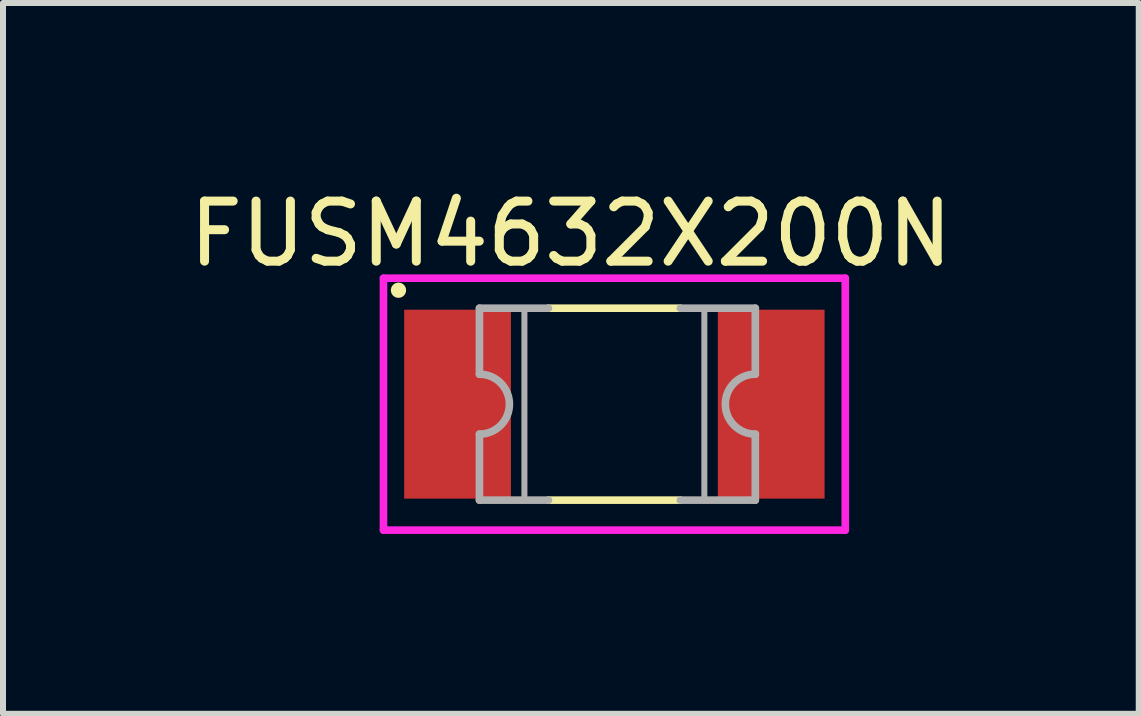
<source format=kicad_pcb>
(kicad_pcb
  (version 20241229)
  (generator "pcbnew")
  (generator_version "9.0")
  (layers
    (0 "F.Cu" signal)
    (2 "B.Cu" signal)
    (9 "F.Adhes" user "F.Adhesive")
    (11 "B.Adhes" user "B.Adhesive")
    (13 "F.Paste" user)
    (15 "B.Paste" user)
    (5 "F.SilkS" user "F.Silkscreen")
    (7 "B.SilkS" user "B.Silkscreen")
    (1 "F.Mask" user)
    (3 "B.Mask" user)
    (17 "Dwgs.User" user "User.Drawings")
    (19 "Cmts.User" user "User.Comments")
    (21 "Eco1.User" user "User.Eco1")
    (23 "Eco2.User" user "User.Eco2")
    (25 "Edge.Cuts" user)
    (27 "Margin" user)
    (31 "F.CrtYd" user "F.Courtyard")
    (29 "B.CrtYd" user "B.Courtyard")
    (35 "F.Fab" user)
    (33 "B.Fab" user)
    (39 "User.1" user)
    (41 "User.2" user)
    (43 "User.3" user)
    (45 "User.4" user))
  (footprint "FUSM4632X200N"
    (layer "F.Cu")
    (at 7.194 3.689)
    (property "Reference" "FUSM4632X200N" (at -0.726 -2.84 0) (layer "F.SilkS") (effects (font (size 1.002 1.002) (thickness 0.15))))
    (attr through_hole)
    (fp_line (start -1.1 -1.6) (end 1.1 -1.6) (stroke (width 0.127) (type solid)) (layer "F.SilkS"))
    (fp_line (start 1.1 1.6) (end -1.1 1.6) (stroke (width 0.127) (type solid)) (layer "F.SilkS"))
    (fp_circle (center -3.6 -1.9) (end -3.473 -1.9) (stroke (width 0) (type solid)) (fill yes) (layer "F.SilkS"))
    (fp_line (start -3.85 -2.1) (end -3.85 2.1) (stroke (width 0.127) (type solid)) (layer "F.CrtYd"))
    (fp_line (start -3.85 2.1) (end 3.85 2.1) (stroke (width 0.127) (type solid)) (layer "F.CrtYd"))
    (fp_line (start 3.85 -2.1) (end -3.85 -2.1) (stroke (width 0.127) (type solid)) (layer "F.CrtYd"))
    (fp_line (start 3.85 2.1) (end 3.85 -2.1) (stroke (width 0.127) (type solid)) (layer "F.CrtYd"))
    (fp_line (start -2.25 -1.6) (end -2.25 -0.5) (stroke (width 0.127) (type solid)) (layer "F.Fab"))
    (fp_line (start -2.25 -1.6) (end -1.1 -1.6) (stroke (width 0.127) (type solid)) (layer "F.Fab"))
    (fp_line (start -2.25 1.6) (end -2.25 0.5) (stroke (width 0.127) (type solid)) (layer "F.Fab"))
    (fp_line (start -1.1 1.6) (end -2.25 1.6) (stroke (width 0.127) (type solid)) (layer "F.Fab"))
    (fp_line (start 1.1 -1.6) (end 2.35 -1.6) (stroke (width 0.127) (type solid)) (layer "F.Fab"))
    (fp_line (start 2.35 -1.6) (end 2.35 -0.5) (stroke (width 0.127) (type solid)) (layer "F.Fab"))
    (fp_line (start 2.35 0.5) (end 2.35 1.6) (stroke (width 0.127) (type solid)) (layer "F.Fab"))
    (fp_line (start 2.35 1.6) (end 1.1 1.6) (stroke (width 0.127) (type solid)) (layer "F.Fab"))
    (fp_arc (start -2.25 -0.5) (mid -1.75 0) (end -2.25 0.5) (stroke (width 0.127) (type solid)) (layer "F.Fab"))
    (fp_arc (start 2.35 0.5) (mid 1.85 0) (end 2.35 -0.5) (stroke (width 0.127) (type solid)) (layer "F.Fab"))
    (fp_poly (pts (xy -1.5 -1.6) (xy -2.25 -1.6) (xy -2.25 -0.5) (xy -2.224 -0.499) (xy -2.198 -0.497) (xy -2.172 -0.494) (xy -2.146 -0.489) (xy -2.121 -0.483) (xy -2.095 -0.476) (xy -2.071 -0.467) (xy -2.047 -0.457) (xy -2.023 -0.446) (xy -2 -0.433) (xy -1.978 -0.419) (xy -1.956 -0.405) (xy -1.935 -0.389) (xy -1.915 -0.372) (xy -1.896 -0.354) (xy -1.878 -0.335) (xy -1.861 -0.315) (xy -1.845 -0.294) (xy -1.831 -0.272) (xy -1.817 -0.25) (xy -1.804 -0.227) (xy -1.793 -0.203) (xy -1.783 -0.179) (xy -1.774 -0.155) (xy -1.767 -0.129) (xy -1.761 -0.104) (xy -1.756 -0.078) (xy -1.753 -0.052) (xy -1.751 -0.026) (xy -1.75 0) (xy -1.751 0.026) (xy -1.753 0.052) (xy -1.756 0.078) (xy -1.761 0.104) (xy -1.767 0.129) (xy -1.774 0.155) (xy -1.783 0.179) (xy -1.793 0.203) (xy -1.804 0.227) (xy -1.817 0.25) (xy -1.831 0.272) (xy -1.845 0.294) (xy -1.861 0.315) (xy -1.878 0.335) (xy -1.896 0.354) (xy -1.915 0.372) (xy -1.935 0.389) (xy -1.956 0.405) (xy -1.978 0.419) (xy -2 0.433) (xy -2.023 0.446) (xy -2.047 0.457) (xy -2.071 0.467) (xy -2.095 0.476) (xy -2.121 0.483) (xy -2.146 0.489) (xy -2.172 0.494) (xy -2.198 0.497) (xy -2.224 0.499) (xy -2.25 0.5) (xy -2.25 1.6) (xy -1.5 1.6) (xy -1.5 -1.6)) (stroke (width 0.1) (type solid)) (fill no) (layer "F.Fab"))
    (fp_poly (pts (xy 1.5 -1.6) (xy 1.5 1.6) (xy 2.35 1.6) (xy 2.35 0.5) (xy 2.324 0.499) (xy 2.298 0.497) (xy 2.272 0.494) (xy 2.246 0.489) (xy 2.221 0.483) (xy 2.195 0.476) (xy 2.171 0.467) (xy 2.147 0.457) (xy 2.123 0.446) (xy 2.1 0.433) (xy 2.078 0.419) (xy 2.056 0.405) (xy 2.035 0.389) (xy 2.015 0.372) (xy 1.996 0.354) (xy 1.978 0.335) (xy 1.961 0.315) (xy 1.945 0.294) (xy 1.931 0.272) (xy 1.917 0.25) (xy 1.904 0.227) (xy 1.893 0.203) (xy 1.883 0.179) (xy 1.874 0.155) (xy 1.867 0.129) (xy 1.861 0.104) (xy 1.856 0.078) (xy 1.853 0.052) (xy 1.851 0.026) (xy 1.85 0) (xy 1.851 -0.026) (xy 1.853 -0.052) (xy 1.856 -0.078) (xy 1.861 -0.104) (xy 1.867 -0.129) (xy 1.874 -0.155) (xy 1.883 -0.179) (xy 1.893 -0.203) (xy 1.904 -0.227) (xy 1.917 -0.25) (xy 1.931 -0.272) (xy 1.945 -0.294) (xy 1.961 -0.315) (xy 1.978 -0.335) (xy 1.996 -0.354) (xy 2.015 -0.372) (xy 2.035 -0.389) (xy 2.056 -0.405) (xy 2.078 -0.419) (xy 2.1 -0.433) (xy 2.123 -0.446) (xy 2.147 -0.457) (xy 2.171 -0.467) (xy 2.195 -0.476) (xy 2.221 -0.483) (xy 2.246 -0.489) (xy 2.272 -0.494) (xy 2.298 -0.497) (xy 2.324 -0.499) (xy 2.35 -0.5) (xy 2.35 -1.6) (xy 1.5 -1.6)) (stroke (width 0.1) (type solid)) (fill no) (layer "F.Fab"))
    (pad "1" smd rect (at -2.615 0) (size 1.78 3.15) (layers "F.Cu" "F.Mask" "F.Paste"))
    (pad "2" smd rect (at 2.615 0) (size 1.78 3.15) (layers "F.Cu" "F.Mask" "F.Paste")))
  (gr_rect
    (start -3 -3)
    (end 15.937 8.852)
    (stroke (width 0.1) (type default))
    (fill no)
    (layer "Edge.Cuts")))
</source>
